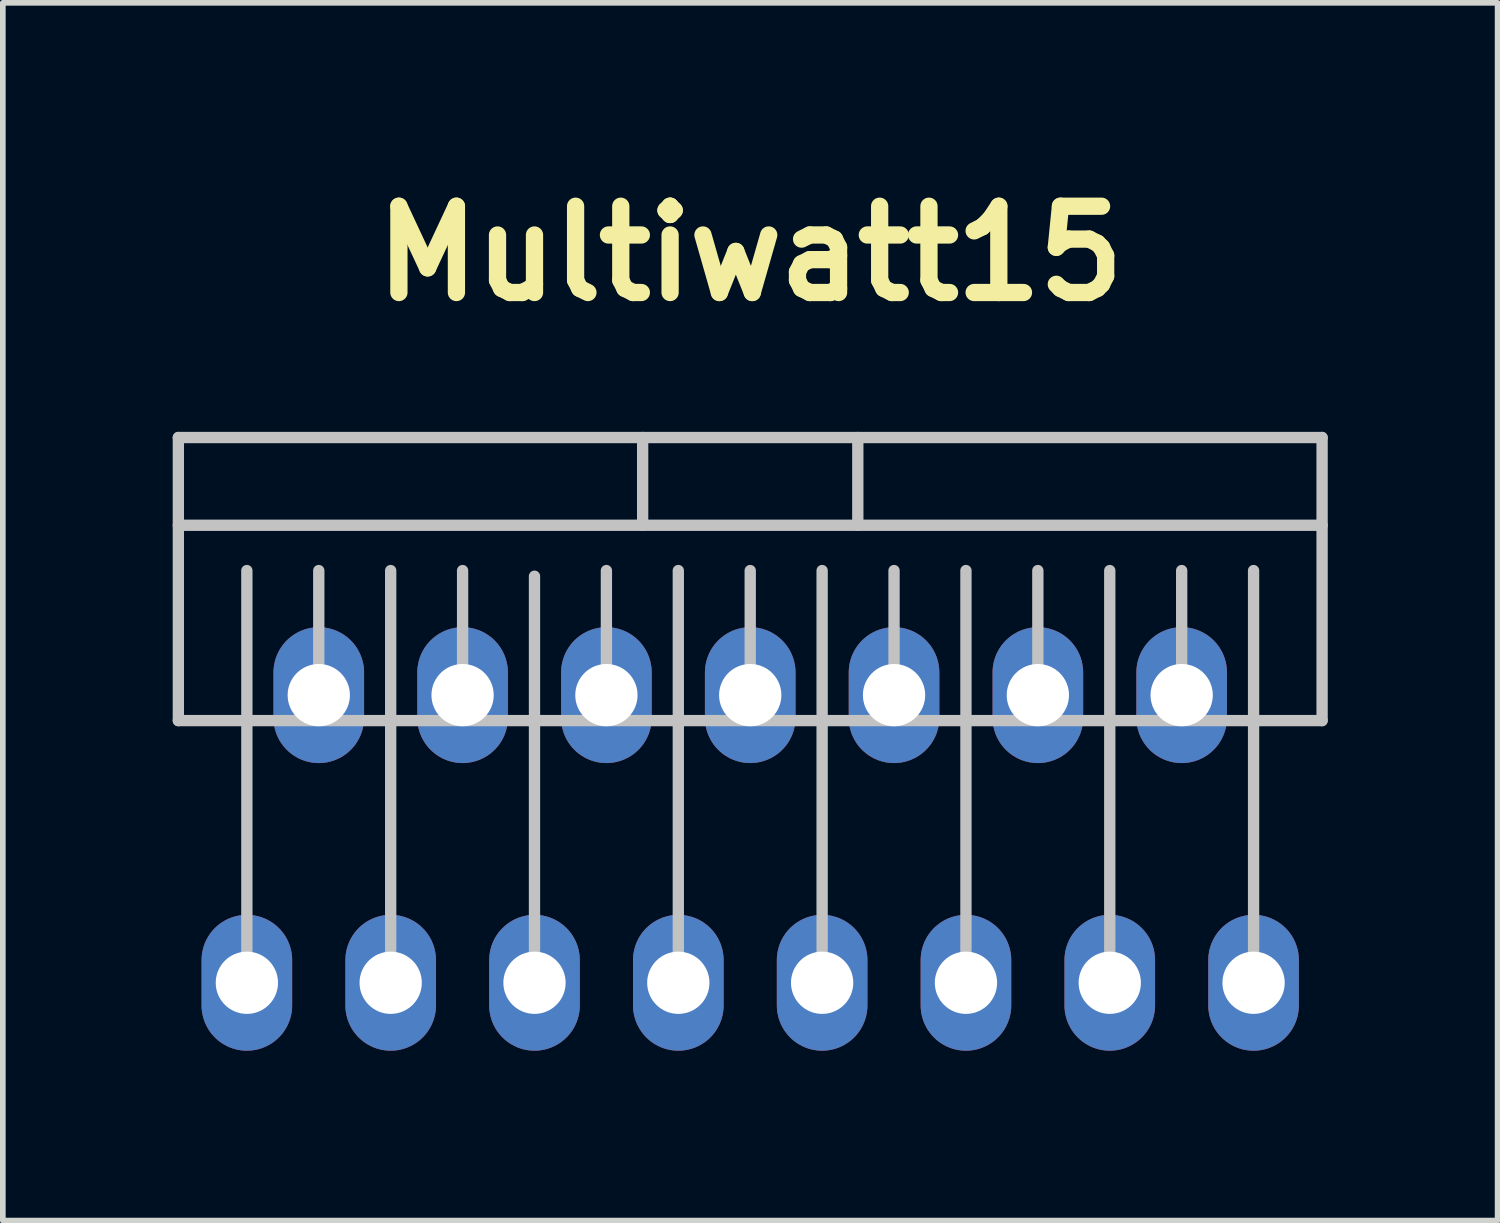
<source format=kicad_pcb>
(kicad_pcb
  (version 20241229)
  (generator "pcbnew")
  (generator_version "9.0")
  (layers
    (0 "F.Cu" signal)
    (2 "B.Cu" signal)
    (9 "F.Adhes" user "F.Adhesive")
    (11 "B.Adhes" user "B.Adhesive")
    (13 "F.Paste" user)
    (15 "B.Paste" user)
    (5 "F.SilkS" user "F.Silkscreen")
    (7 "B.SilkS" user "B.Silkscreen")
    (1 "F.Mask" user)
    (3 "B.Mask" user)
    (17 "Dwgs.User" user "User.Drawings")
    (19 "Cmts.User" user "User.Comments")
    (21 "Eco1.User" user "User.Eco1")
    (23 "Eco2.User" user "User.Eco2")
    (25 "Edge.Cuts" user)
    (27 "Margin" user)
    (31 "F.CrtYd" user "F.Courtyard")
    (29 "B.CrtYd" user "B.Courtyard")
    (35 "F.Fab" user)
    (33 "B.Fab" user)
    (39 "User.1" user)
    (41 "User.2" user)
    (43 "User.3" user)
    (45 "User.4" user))
  (footprint "Multiwatt15"
    (layer "F.Cu")
    (at 10.2 9.227)
    (property "Reference" "Multiwatt15" (at 0 -7.8 0) (layer "F.SilkS") (effects (font (size 1.524 1.524) (thickness 0.305))))
    (attr through_hole)
    (fp_line (start -10.1 -4.55) (end -10.1 0.45) (stroke (width 0.2) (type solid)) (layer "Dwgs.User"))
    (fp_line (start -10.1 -4.55) (end 10.1 -4.55) (stroke (width 0.2) (type solid)) (layer "Dwgs.User"))
    (fp_line (start -10.1 -3) (end 10.1 -3) (stroke (width 0.2) (type solid)) (layer "Dwgs.User"))
    (fp_line (start -10.1 0.45) (end 10.1 0.45) (stroke (width 0.2) (type solid)) (layer "Dwgs.User"))
    (fp_line (start -8.89 5.08) (end -8.89 -2.2) (stroke (width 0.2) (type solid)) (layer "Dwgs.User"))
    (fp_line (start -7.62 0) (end -7.62 -2.2) (stroke (width 0.2) (type solid)) (layer "Dwgs.User"))
    (fp_line (start -6.35 5.08) (end -6.35 -2.2) (stroke (width 0.2) (type solid)) (layer "Dwgs.User"))
    (fp_line (start -5.08 0) (end -5.08 -2.2) (stroke (width 0.2) (type solid)) (layer "Dwgs.User"))
    (fp_line (start -3.81 5.18) (end -3.81 -2.1) (stroke (width 0.2) (type solid)) (layer "Dwgs.User"))
    (fp_line (start -2.54 0) (end -2.54 -2.2) (stroke (width 0.2) (type solid)) (layer "Dwgs.User"))
    (fp_line (start -1.9 -4.55) (end -1.9 -3) (stroke (width 0.2) (type solid)) (layer "Dwgs.User"))
    (fp_line (start -1.27 5.08) (end -1.27 -2.2) (stroke (width 0.2) (type solid)) (layer "Dwgs.User"))
    (fp_line (start 0 0) (end 0 -2.2) (stroke (width 0.2) (type solid)) (layer "Dwgs.User"))
    (fp_line (start 1.27 5.08) (end 1.27 -2.2) (stroke (width 0.2) (type solid)) (layer "Dwgs.User"))
    (fp_line (start 1.9 -4.55) (end 1.9 -3) (stroke (width 0.2) (type solid)) (layer "Dwgs.User"))
    (fp_line (start 2.54 0) (end 2.54 -2.2) (stroke (width 0.2) (type solid)) (layer "Dwgs.User"))
    (fp_line (start 3.81 5.08) (end 3.81 -2.2) (stroke (width 0.2) (type solid)) (layer "Dwgs.User"))
    (fp_line (start 5.08 0) (end 5.08 -2.2) (stroke (width 0.2) (type solid)) (layer "Dwgs.User"))
    (fp_line (start 6.35 5.08) (end 6.35 -2.2) (stroke (width 0.2) (type solid)) (layer "Dwgs.User"))
    (fp_line (start 7.62 0) (end 7.62 -2.2) (stroke (width 0.2) (type solid)) (layer "Dwgs.User"))
    (fp_line (start 8.89 5.08) (end 8.89 -2.2) (stroke (width 0.2) (type solid)) (layer "Dwgs.User"))
    (fp_line (start 10.1 -4.55) (end 10.1 0.45) (stroke (width 0.2) (type solid)) (layer "Dwgs.User"))
    (pad "1" thru_hole oval (at -8.89 5.08) (size 1.6 2.4) (drill 1.1) (layers "*.Cu" "*.Mask"))
    (pad "2" thru_hole oval (at -7.62 0) (size 1.6 2.4) (drill 1.1) (layers "*.Cu" "*.Mask"))
    (pad "3" thru_hole oval (at -6.35 5.08) (size 1.6 2.4) (drill 1.1) (layers "*.Cu" "*.Mask"))
    (pad "4" thru_hole oval (at -5.08 0) (size 1.6 2.4) (drill 1.1) (layers "*.Cu" "*.Mask"))
    (pad "5" thru_hole oval (at -3.81 5.08) (size 1.6 2.4) (drill 1.1) (layers "*.Cu" "*.Mask"))
    (pad "6" thru_hole oval (at -2.54 0) (size 1.6 2.4) (drill 1.1) (layers "*.Cu" "*.Mask"))
    (pad "7" thru_hole oval (at -1.27 5.08) (size 1.6 2.4) (drill 1.1) (layers "*.Cu" "*.Mask"))
    (pad "8" thru_hole oval (at 0 0) (size 1.6 2.4) (drill 1.1) (layers "*.Cu" "*.Mask"))
    (pad "9" thru_hole oval (at 1.27 5.08) (size 1.6 2.4) (drill 1.1) (layers "*.Cu" "*.Mask"))
    (pad "10" thru_hole oval (at 2.54 0) (size 1.6 2.4) (drill 1.1) (layers "*.Cu" "*.Mask"))
    (pad "11" thru_hole oval (at 3.81 5.08) (size 1.6 2.4) (drill 1.1) (layers "*.Cu" "*.Mask"))
    (pad "12" thru_hole oval (at 5.08 0) (size 1.6 2.4) (drill 1.1) (layers "*.Cu" "*.Mask"))
    (pad "13" thru_hole oval (at 6.35 5.08) (size 1.6 2.4) (drill 1.1) (layers "*.Cu" "*.Mask"))
    (pad "14" thru_hole oval (at 7.62 0) (size 1.6 2.4) (drill 1.1) (layers "*.Cu" "*.Mask"))
    (pad "15" thru_hole oval (at 8.89 5.08) (size 1.6 2.4) (drill 1.1) (layers "*.Cu" "*.Mask")))
  (gr_rect
    (start -3 -3)
    (end 23.4 18.507)
    (stroke (width 0.1) (type default))
    (fill no)
    (layer "Edge.Cuts")))
</source>
